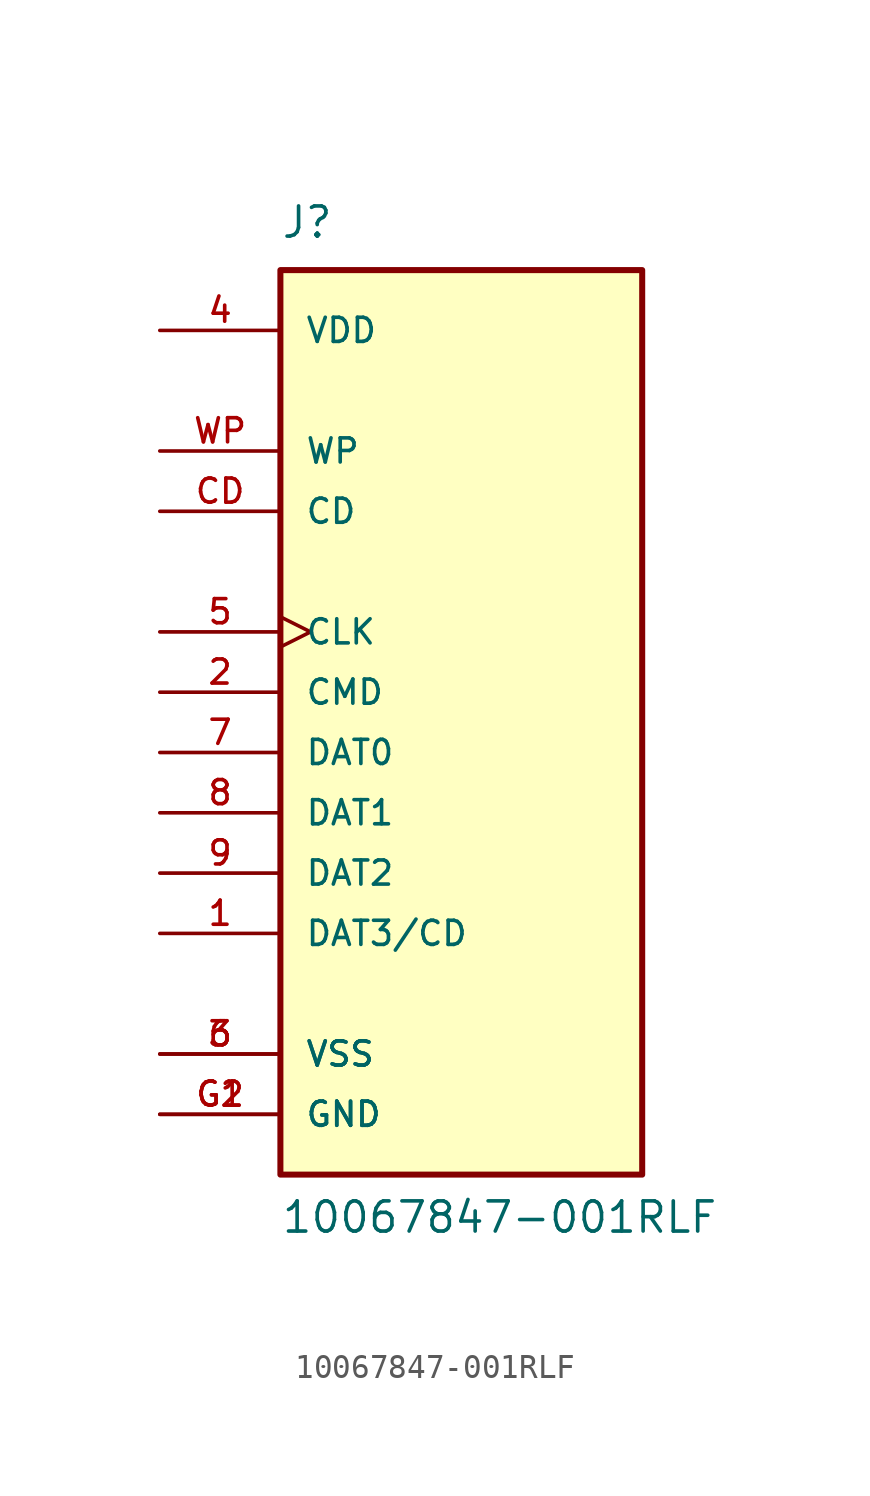
<source format=kicad_sym>
(kicad_symbol_lib
  (version 20211014)
  (generator kicad_symbol_editor)
  (symbol "10067847-001RLF"
    (pin_names
      (offset 1.016))
    (property "Reference" "J"
      (at -7.62 19.05 0)
      (effects (font (size 1.27 1.27)) (justify bottom left)))
    (property "Value" "10067847-001RLF"
      (at -7.62 -22.86 0)
      (effects (font (size 1.27 1.27)) (justify bottom left)))
    (symbol "10067847-001RLF_0_0"
      (rectangle (start -7.62 -20.32) (end 7.62 17.78) (stroke (width 0.254)) (fill (type background)))
      (pin bidirectional line (at -12.7 -7.62 0) (length 5.08) (name "DAT2" (effects (font (size 1.016 1.016)))) (number "9" (effects (font (size 1.016 1.016)))))
      (pin bidirectional line (at -12.7 -10.16 0) (length 5.08) (name "DAT3/CD" (effects (font (size 1.016 1.016)))) (number "1" (effects (font (size 1.016 1.016)))))
      (pin bidirectional line (at -12.7 0.0 0) (length 5.08) (name "CMD" (effects (font (size 1.016 1.016)))) (number "2" (effects (font (size 1.016 1.016)))))
      (pin power_in line (at -12.7 15.24 0) (length 5.08) (name "VDD" (effects (font (size 1.016 1.016)))) (number "4" (effects (font (size 1.016 1.016)))))
      (pin bidirectional clock (at -12.7 2.54 0) (length 5.08) (name "CLK" (effects (font (size 1.016 1.016)))) (number "5" (effects (font (size 1.016 1.016)))))
      (pin bidirectional line (at -12.7 -2.54 0) (length 5.08) (name "DAT0" (effects (font (size 1.016 1.016)))) (number "7" (effects (font (size 1.016 1.016)))))
      (pin bidirectional line (at -12.7 -5.08 0) (length 5.08) (name "DAT1" (effects (font (size 1.016 1.016)))) (number "8" (effects (font (size 1.016 1.016)))))
      (pin input line (at -12.7 7.62 0) (length 5.08) (name "CD" (effects (font (size 1.016 1.016)))) (number "CD" (effects (font (size 1.016 1.016)))))
      (pin power_in line (at -12.7 -15.24 0) (length 5.08) (name "VSS" (effects (font (size 1.016 1.016)))) (number "3" (effects (font (size 1.016 1.016)))))
      (pin power_in line (at -12.7 -15.24 0) (length 5.08) (name "VSS" (effects (font (size 1.016 1.016)))) (number "6" (effects (font (size 1.016 1.016)))))
      (pin power_in line (at -12.7 -17.78 0) (length 5.08) (name "GND" (effects (font (size 1.016 1.016)))) (number "G1" (effects (font (size 1.016 1.016)))))
      (pin power_in line (at -12.7 -17.78 0) (length 5.08) (name "GND" (effects (font (size 1.016 1.016)))) (number "G2" (effects (font (size 1.016 1.016)))))
      (pin input line (at -12.7 10.16 0) (length 5.08) (name "WP" (effects (font (size 1.016 1.016)))) (number "WP" (effects (font (size 1.016 1.016))))))))
</source>
